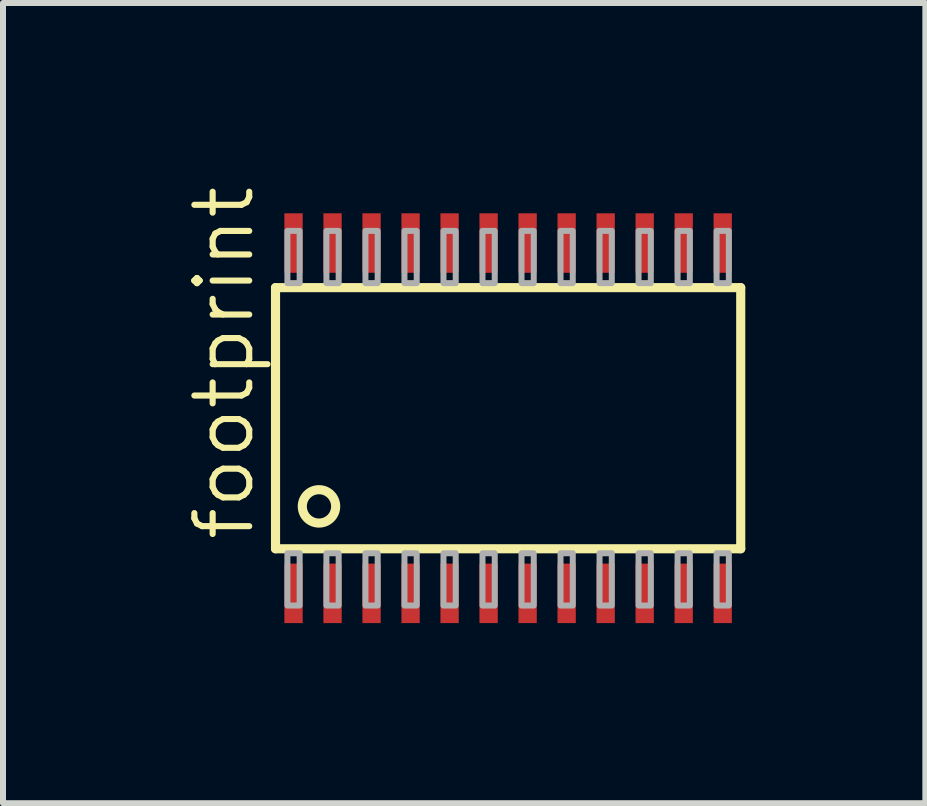
<source format=kicad_pcb>
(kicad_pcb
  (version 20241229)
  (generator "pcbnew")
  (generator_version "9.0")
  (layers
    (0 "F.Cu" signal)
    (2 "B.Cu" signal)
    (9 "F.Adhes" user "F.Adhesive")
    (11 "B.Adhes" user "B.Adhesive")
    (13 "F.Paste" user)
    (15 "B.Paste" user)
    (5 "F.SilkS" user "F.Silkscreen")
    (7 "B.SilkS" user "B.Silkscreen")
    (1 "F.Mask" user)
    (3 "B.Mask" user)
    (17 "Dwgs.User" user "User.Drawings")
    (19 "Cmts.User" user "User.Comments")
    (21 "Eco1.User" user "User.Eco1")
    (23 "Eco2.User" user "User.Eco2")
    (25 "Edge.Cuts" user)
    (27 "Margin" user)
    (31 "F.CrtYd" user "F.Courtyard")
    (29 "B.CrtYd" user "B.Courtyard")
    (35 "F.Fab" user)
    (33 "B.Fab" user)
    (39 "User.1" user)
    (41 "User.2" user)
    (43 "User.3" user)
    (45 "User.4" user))
  (footprint "footprint"
    (layer "F.Cu")
    (at 5.415 3.917)
    (property "Reference" "footprint" (at -4.196 2.083 90) (layer "F.SilkS") (effects (font (size 0.914 0.914) (thickness 0.102)) (justify left bottom)))
    (fp_line (start -3.875 2.175) (end -3.875 -2.175) (stroke (width 0.152) (type solid)) (layer "F.SilkS"))
    (fp_line (start -3.875 2.175) (end 3.875 2.175) (stroke (width 0.152) (type solid)) (layer "F.SilkS"))
    (fp_line (start 3.875 -2.175) (end -3.875 -2.175) (stroke (width 0.152) (type solid)) (layer "F.SilkS"))
    (fp_line (start 3.875 -2.175) (end 3.875 2.175) (stroke (width 0.152) (type solid)) (layer "F.SilkS"))
    (fp_circle (center -3.151 1.469) (end -2.873 1.469) (stroke (width 0.152) (type solid)) (fill no) (layer "F.SilkS"))
    (fp_poly (pts (xy -3.677 -2.25) (xy -3.473 -2.25) (xy -3.473 -3.121) (xy -3.677 -3.121)) (stroke (width 0.1) (type solid)) (fill no) (layer "F.Fab"))
    (fp_poly (pts (xy -3.677 3.121) (xy -3.473 3.121) (xy -3.473 2.25) (xy -3.677 2.25)) (stroke (width 0.1) (type solid)) (fill no) (layer "F.Fab"))
    (fp_poly (pts (xy -3.027 -2.25) (xy -2.823 -2.25) (xy -2.823 -3.121) (xy -3.027 -3.121)) (stroke (width 0.1) (type solid)) (fill no) (layer "F.Fab"))
    (fp_poly (pts (xy -3.027 3.121) (xy -2.823 3.121) (xy -2.823 2.25) (xy -3.027 2.25)) (stroke (width 0.1) (type solid)) (fill no) (layer "F.Fab"))
    (fp_poly (pts (xy -2.377 -2.25) (xy -2.173 -2.25) (xy -2.173 -3.121) (xy -2.377 -3.121)) (stroke (width 0.1) (type solid)) (fill no) (layer "F.Fab"))
    (fp_poly (pts (xy -2.377 3.121) (xy -2.173 3.121) (xy -2.173 2.25) (xy -2.377 2.25)) (stroke (width 0.1) (type solid)) (fill no) (layer "F.Fab"))
    (fp_poly (pts (xy -1.727 -2.25) (xy -1.523 -2.25) (xy -1.523 -3.121) (xy -1.727 -3.121)) (stroke (width 0.1) (type solid)) (fill no) (layer "F.Fab"))
    (fp_poly (pts (xy -1.727 3.121) (xy -1.523 3.121) (xy -1.523 2.25) (xy -1.727 2.25)) (stroke (width 0.1) (type solid)) (fill no) (layer "F.Fab"))
    (fp_poly (pts (xy -1.077 -2.25) (xy -0.873 -2.25) (xy -0.873 -3.121) (xy -1.077 -3.121)) (stroke (width 0.1) (type solid)) (fill no) (layer "F.Fab"))
    (fp_poly (pts (xy -1.077 3.121) (xy -0.873 3.121) (xy -0.873 2.25) (xy -1.077 2.25)) (stroke (width 0.1) (type solid)) (fill no) (layer "F.Fab"))
    (fp_poly (pts (xy -0.427 -2.25) (xy -0.223 -2.25) (xy -0.223 -3.121) (xy -0.427 -3.121)) (stroke (width 0.1) (type solid)) (fill no) (layer "F.Fab"))
    (fp_poly (pts (xy -0.427 3.121) (xy -0.223 3.121) (xy -0.223 2.25) (xy -0.427 2.25)) (stroke (width 0.1) (type solid)) (fill no) (layer "F.Fab"))
    (fp_poly (pts (xy 0.223 -2.25) (xy 0.427 -2.25) (xy 0.427 -3.121) (xy 0.223 -3.121)) (stroke (width 0.1) (type solid)) (fill no) (layer "F.Fab"))
    (fp_poly (pts (xy 0.223 3.121) (xy 0.427 3.121) (xy 0.427 2.25) (xy 0.223 2.25)) (stroke (width 0.1) (type solid)) (fill no) (layer "F.Fab"))
    (fp_poly (pts (xy 0.873 -2.25) (xy 1.077 -2.25) (xy 1.077 -3.121) (xy 0.873 -3.121)) (stroke (width 0.1) (type solid)) (fill no) (layer "F.Fab"))
    (fp_poly (pts (xy 0.873 3.121) (xy 1.077 3.121) (xy 1.077 2.25) (xy 0.873 2.25)) (stroke (width 0.1) (type solid)) (fill no) (layer "F.Fab"))
    (fp_poly (pts (xy 1.523 -2.25) (xy 1.727 -2.25) (xy 1.727 -3.121) (xy 1.523 -3.121)) (stroke (width 0.1) (type solid)) (fill no) (layer "F.Fab"))
    (fp_poly (pts (xy 1.523 3.121) (xy 1.727 3.121) (xy 1.727 2.25) (xy 1.523 2.25)) (stroke (width 0.1) (type solid)) (fill no) (layer "F.Fab"))
    (fp_poly (pts (xy 2.173 -2.25) (xy 2.377 -2.25) (xy 2.377 -3.121) (xy 2.173 -3.121)) (stroke (width 0.1) (type solid)) (fill no) (layer "F.Fab"))
    (fp_poly (pts (xy 2.173 3.121) (xy 2.377 3.121) (xy 2.377 2.25) (xy 2.173 2.25)) (stroke (width 0.1) (type solid)) (fill no) (layer "F.Fab"))
    (fp_poly (pts (xy 2.823 -2.25) (xy 3.027 -2.25) (xy 3.027 -3.121) (xy 2.823 -3.121)) (stroke (width 0.1) (type solid)) (fill no) (layer "F.Fab"))
    (fp_poly (pts (xy 2.823 3.121) (xy 3.027 3.121) (xy 3.027 2.25) (xy 2.823 2.25)) (stroke (width 0.1) (type solid)) (fill no) (layer "F.Fab"))
    (fp_poly (pts (xy 3.473 -2.25) (xy 3.677 -2.25) (xy 3.677 -3.121) (xy 3.473 -3.121)) (stroke (width 0.1) (type solid)) (fill no) (layer "F.Fab"))
    (fp_poly (pts (xy 3.473 3.121) (xy 3.677 3.121) (xy 3.677 2.25) (xy 3.473 2.25)) (stroke (width 0.1) (type solid)) (fill no) (layer "F.Fab"))
    (pad "1" smd rect (at -3.575 2.918) (size 0.305 0.991) (layers "F.Cu" "F.Mask" "F.Paste"))
    (pad "2" smd rect (at -2.925 2.918) (size 0.305 0.991) (layers "F.Cu" "F.Mask" "F.Paste"))
    (pad "3" smd rect (at -2.275 2.918) (size 0.305 0.991) (layers "F.Cu" "F.Mask" "F.Paste"))
    (pad "4" smd rect (at -1.625 2.918) (size 0.305 0.991) (layers "F.Cu" "F.Mask" "F.Paste"))
    (pad "5" smd rect (at -0.975 2.918) (size 0.305 0.991) (layers "F.Cu" "F.Mask" "F.Paste"))
    (pad "6" smd rect (at -0.325 2.918) (size 0.305 0.991) (layers "F.Cu" "F.Mask" "F.Paste"))
    (pad "7" smd rect (at 0.325 2.918) (size 0.305 0.991) (layers "F.Cu" "F.Mask" "F.Paste"))
    (pad "8" smd rect (at 0.975 2.918) (size 0.305 0.991) (layers "F.Cu" "F.Mask" "F.Paste"))
    (pad "9" smd rect (at 1.625 2.918) (size 0.305 0.991) (layers "F.Cu" "F.Mask" "F.Paste"))
    (pad "10" smd rect (at 2.275 2.918) (size 0.305 0.991) (layers "F.Cu" "F.Mask" "F.Paste"))
    (pad "11" smd rect (at 2.925 2.918) (size 0.305 0.991) (layers "F.Cu" "F.Mask" "F.Paste"))
    (pad "12" smd rect (at 3.575 2.918) (size 0.305 0.991) (layers "F.Cu" "F.Mask" "F.Paste"))
    (pad "13" smd rect (at 3.575 -2.918) (size 0.305 0.991) (layers "F.Cu" "F.Mask" "F.Paste"))
    (pad "14" smd rect (at 2.925 -2.918) (size 0.305 0.991) (layers "F.Cu" "F.Mask" "F.Paste"))
    (pad "15" smd rect (at 2.275 -2.918) (size 0.305 0.991) (layers "F.Cu" "F.Mask" "F.Paste"))
    (pad "16" smd rect (at 1.625 -2.918) (size 0.305 0.991) (layers "F.Cu" "F.Mask" "F.Paste"))
    (pad "17" smd rect (at 0.975 -2.918) (size 0.305 0.991) (layers "F.Cu" "F.Mask" "F.Paste"))
    (pad "18" smd rect (at 0.325 -2.918) (size 0.305 0.991) (layers "F.Cu" "F.Mask" "F.Paste"))
    (pad "19" smd rect (at -0.325 -2.918) (size 0.305 0.991) (layers "F.Cu" "F.Mask" "F.Paste"))
    (pad "20" smd rect (at -0.975 -2.918) (size 0.305 0.991) (layers "F.Cu" "F.Mask" "F.Paste"))
    (pad "21" smd rect (at -1.625 -2.918) (size 0.305 0.991) (layers "F.Cu" "F.Mask" "F.Paste"))
    (pad "22" smd rect (at -2.275 -2.918) (size 0.305 0.991) (layers "F.Cu" "F.Mask" "F.Paste"))
    (pad "23" smd rect (at -2.925 -2.918) (size 0.305 0.991) (layers "F.Cu" "F.Mask" "F.Paste"))
    (pad "24" smd rect (at -3.575 -2.918) (size 0.305 0.991) (layers "F.Cu" "F.Mask" "F.Paste")))
  (gr_rect
    (start -3 -3)
    (end 12.366 10.331)
    (stroke (width 0.1) (type default))
    (fill no)
    (layer "Edge.Cuts")))
</source>
